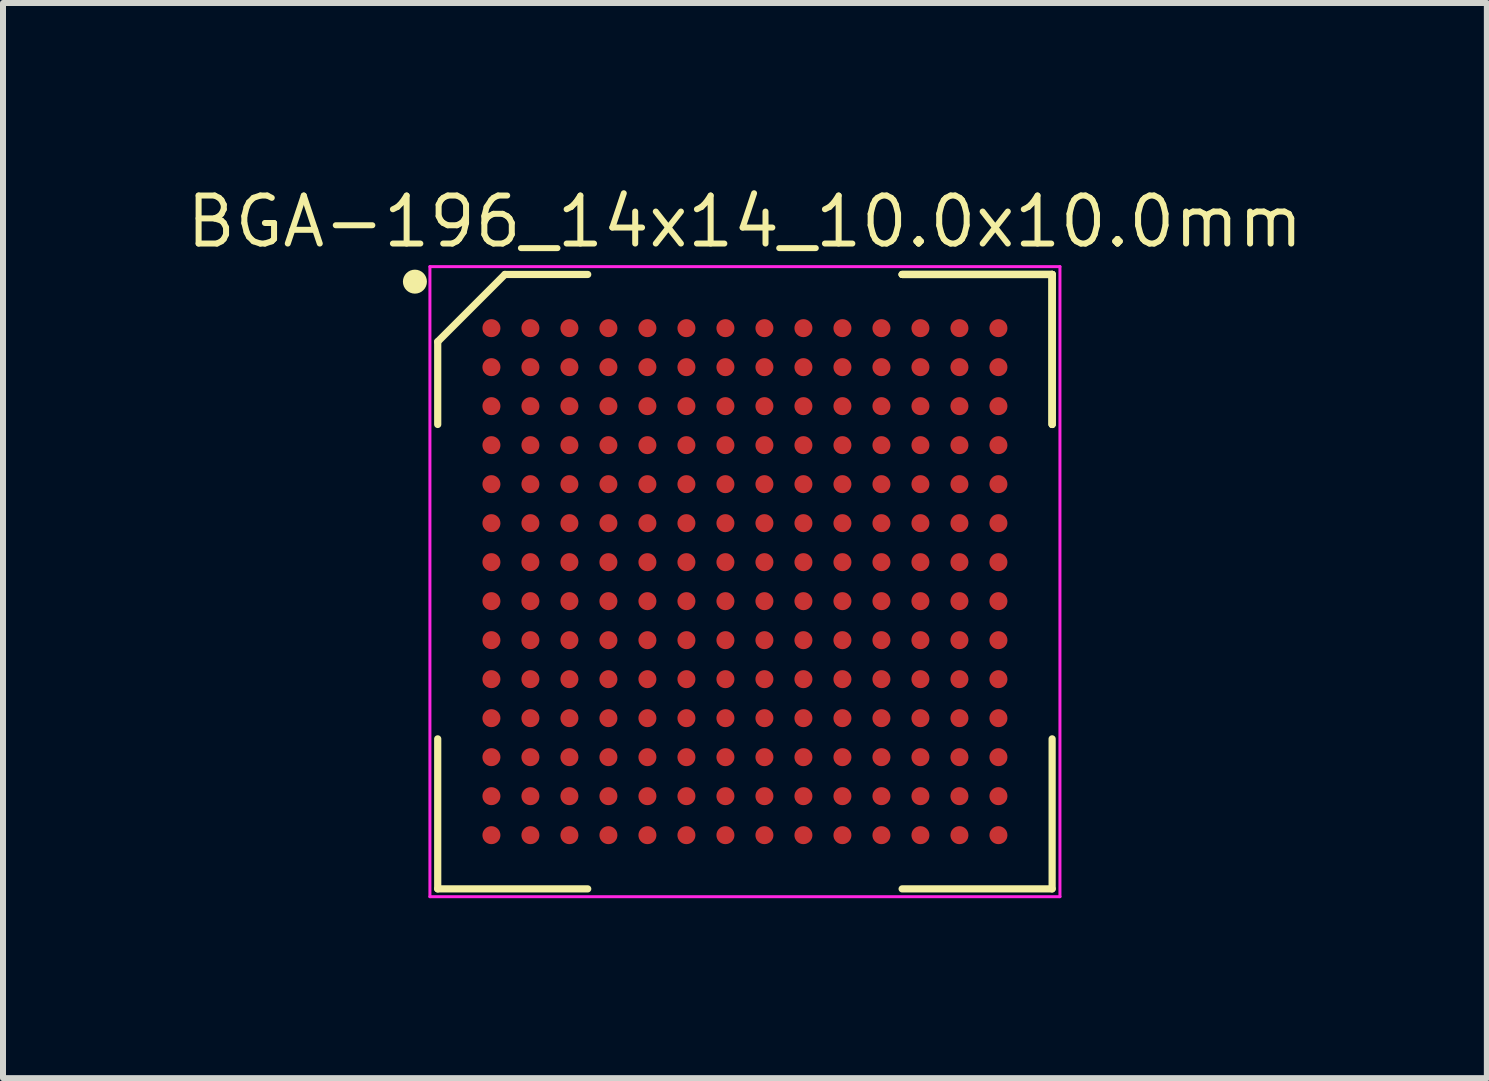
<source format=kicad_pcb>
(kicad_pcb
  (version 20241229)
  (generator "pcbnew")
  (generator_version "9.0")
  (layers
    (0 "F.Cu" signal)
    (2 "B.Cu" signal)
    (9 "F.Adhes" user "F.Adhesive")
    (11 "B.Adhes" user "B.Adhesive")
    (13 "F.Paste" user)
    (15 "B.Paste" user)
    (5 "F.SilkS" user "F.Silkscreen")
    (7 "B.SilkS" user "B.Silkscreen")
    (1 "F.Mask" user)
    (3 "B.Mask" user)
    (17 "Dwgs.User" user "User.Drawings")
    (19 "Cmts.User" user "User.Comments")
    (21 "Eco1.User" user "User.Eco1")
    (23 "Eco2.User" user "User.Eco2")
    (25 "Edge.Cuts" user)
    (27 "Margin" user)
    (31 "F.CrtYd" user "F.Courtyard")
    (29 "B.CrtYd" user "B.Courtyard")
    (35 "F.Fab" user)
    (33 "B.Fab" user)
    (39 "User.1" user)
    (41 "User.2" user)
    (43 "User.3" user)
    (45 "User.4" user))
  (footprint "BGA-196_14x14_10.0x10.0mm"
    (layer "F.Cu")
    (at 9.365 6.644)
    (property "Reference" "BGA-196_14x14_10.0x10.0mm" (at 0 -6 0) (unlocked yes) (layer "F.SilkS") (effects (font (size 0.8 0.8) (thickness 0.1))))
    (attr through_hole)
    (fp_line (start -5.12 -4) (end -5.12 -2.62) (stroke (width 0.12) (type solid)) (layer "F.SilkS"))
    (fp_line (start -5.12 5.12) (end -5.12 2.62) (stroke (width 0.12) (type solid)) (layer "F.SilkS"))
    (fp_line (start -4 -5.12) (end -5.12 -4) (stroke (width 0.12) (type solid)) (layer "F.SilkS"))
    (fp_line (start -2.62 -5.12) (end -4 -5.12) (stroke (width 0.12) (type solid)) (layer "F.SilkS"))
    (fp_line (start -2.62 5.12) (end -5.12 5.12) (stroke (width 0.12) (type solid)) (layer "F.SilkS"))
    (fp_line (start 2.62 -5.12) (end 5.12 -5.12) (stroke (width 0.12) (type solid)) (layer "F.SilkS"))
    (fp_line (start 2.62 -5.12) (end 5.12 -5.12) (stroke (width 0.12) (type solid)) (layer "F.SilkS"))
    (fp_line (start 2.62 -5.12) (end 5.12 -5.12) (stroke (width 0.12) (type solid)) (layer "F.SilkS"))
    (fp_line (start 2.62 5.12) (end 5.12 5.12) (stroke (width 0.12) (type solid)) (layer "F.SilkS"))
    (fp_line (start 5.12 -5.12) (end 5.12 -2.62) (stroke (width 0.12) (type solid)) (layer "F.SilkS"))
    (fp_line (start 5.12 -5.12) (end 5.12 -2.62) (stroke (width 0.12) (type solid)) (layer "F.SilkS"))
    (fp_line (start 5.12 -5.12) (end 5.12 -2.62) (stroke (width 0.12) (type solid)) (layer "F.SilkS"))
    (fp_line (start 5.12 5.12) (end 5.12 2.62) (stroke (width 0.12) (type solid)) (layer "F.SilkS"))
    (fp_circle (center -5.5 -5) (end -5.5 -4.9) (stroke (width 0.2) (type solid)) (fill no) (layer "F.SilkS"))
    (fp_line (start -5.25 -5.25) (end 5.25 -5.25) (stroke (width 0.05) (type solid)) (layer "F.CrtYd"))
    (fp_line (start -5.25 5.25) (end -5.25 -5.25) (stroke (width 0.05) (type solid)) (layer "F.CrtYd"))
    (fp_line (start 5.25 -5.25) (end 5.25 5.25) (stroke (width 0.05) (type solid)) (layer "F.CrtYd"))
    (fp_line (start 5.25 5.25) (end -5.25 5.25) (stroke (width 0.05) (type solid)) (layer "F.CrtYd"))
    (pad "A1" smd circle (at -4.225 -4.225) (size 0.3 0.3) (layers "F.Cu" "F.Mask" "F.Paste"))
    (pad "A2" smd circle (at -3.575 -4.225) (size 0.3 0.3) (layers "F.Cu" "F.Mask" "F.Paste"))
    (pad "A3" smd circle (at -2.925 -4.225) (size 0.3 0.3) (layers "F.Cu" "F.Mask" "F.Paste"))
    (pad "A4" smd circle (at -2.275 -4.225) (size 0.3 0.3) (layers "F.Cu" "F.Mask" "F.Paste"))
    (pad "A5" smd circle (at -1.625 -4.225) (size 0.3 0.3) (layers "F.Cu" "F.Mask" "F.Paste"))
    (pad "A6" smd circle (at -0.975 -4.225) (size 0.3 0.3) (layers "F.Cu" "F.Mask" "F.Paste"))
    (pad "A7" smd circle (at -0.325 -4.225) (size 0.3 0.3) (layers "F.Cu" "F.Mask" "F.Paste"))
    (pad "A8" smd circle (at 0.325 -4.225) (size 0.3 0.3) (layers "F.Cu" "F.Mask" "F.Paste"))
    (pad "A9" smd circle (at 0.975 -4.225) (size 0.3 0.3) (layers "F.Cu" "F.Mask" "F.Paste"))
    (pad "A10" smd circle (at 1.625 -4.225) (size 0.3 0.3) (layers "F.Cu" "F.Mask" "F.Paste"))
    (pad "A11" smd circle (at 2.275 -4.225) (size 0.3 0.3) (layers "F.Cu" "F.Mask" "F.Paste"))
    (pad "A12" smd circle (at 2.925 -4.225) (size 0.3 0.3) (layers "F.Cu" "F.Mask" "F.Paste"))
    (pad "A13" smd circle (at 3.575 -4.225) (size 0.3 0.3) (layers "F.Cu" "F.Mask" "F.Paste"))
    (pad "A14" smd circle (at 4.225 -4.225) (size 0.3 0.3) (layers "F.Cu" "F.Mask" "F.Paste"))
    (pad "B1" smd circle (at -4.225 -3.575) (size 0.3 0.3) (layers "F.Cu" "F.Mask" "F.Paste"))
    (pad "B2" smd circle (at -3.575 -3.575) (size 0.3 0.3) (layers "F.Cu" "F.Mask" "F.Paste"))
    (pad "B3" smd circle (at -2.925 -3.575) (size 0.3 0.3) (layers "F.Cu" "F.Mask" "F.Paste"))
    (pad "B4" smd circle (at -2.275 -3.575) (size 0.3 0.3) (layers "F.Cu" "F.Mask" "F.Paste"))
    (pad "B5" smd circle (at -1.625 -3.575) (size 0.3 0.3) (layers "F.Cu" "F.Mask" "F.Paste"))
    (pad "B6" smd circle (at -0.975 -3.575) (size 0.3 0.3) (layers "F.Cu" "F.Mask" "F.Paste"))
    (pad "B7" smd circle (at -0.325 -3.575) (size 0.3 0.3) (layers "F.Cu" "F.Mask" "F.Paste"))
    (pad "B8" smd circle (at 0.325 -3.575) (size 0.3 0.3) (layers "F.Cu" "F.Mask" "F.Paste"))
    (pad "B9" smd circle (at 0.975 -3.575) (size 0.3 0.3) (layers "F.Cu" "F.Mask" "F.Paste"))
    (pad "B10" smd circle (at 1.625 -3.575) (size 0.3 0.3) (layers "F.Cu" "F.Mask" "F.Paste"))
    (pad "B11" smd circle (at 2.275 -3.575) (size 0.3 0.3) (layers "F.Cu" "F.Mask" "F.Paste"))
    (pad "B12" smd circle (at 2.925 -3.575) (size 0.3 0.3) (layers "F.Cu" "F.Mask" "F.Paste"))
    (pad "B13" smd circle (at 3.575 -3.575) (size 0.3 0.3) (layers "F.Cu" "F.Mask" "F.Paste"))
    (pad "B14" smd circle (at 4.225 -3.575) (size 0.3 0.3) (layers "F.Cu" "F.Mask" "F.Paste"))
    (pad "C1" smd circle (at -4.225 -2.925) (size 0.3 0.3) (layers "F.Cu" "F.Mask" "F.Paste"))
    (pad "C2" smd circle (at -3.575 -2.925) (size 0.3 0.3) (layers "F.Cu" "F.Mask" "F.Paste"))
    (pad "C3" smd circle (at -2.925 -2.925) (size 0.3 0.3) (layers "F.Cu" "F.Mask" "F.Paste"))
    (pad "C4" smd circle (at -2.275 -2.925) (size 0.3 0.3) (layers "F.Cu" "F.Mask" "F.Paste"))
    (pad "C5" smd circle (at -1.625 -2.925) (size 0.3 0.3) (layers "F.Cu" "F.Mask" "F.Paste"))
    (pad "C6" smd circle (at -0.975 -2.925) (size 0.3 0.3) (layers "F.Cu" "F.Mask" "F.Paste"))
    (pad "C7" smd circle (at -0.325 -2.925) (size 0.3 0.3) (layers "F.Cu" "F.Mask" "F.Paste"))
    (pad "C8" smd circle (at 0.325 -2.925) (size 0.3 0.3) (layers "F.Cu" "F.Mask" "F.Paste"))
    (pad "C9" smd circle (at 0.975 -2.925) (size 0.3 0.3) (layers "F.Cu" "F.Mask" "F.Paste"))
    (pad "C10" smd circle (at 1.625 -2.925) (size 0.3 0.3) (layers "F.Cu" "F.Mask" "F.Paste"))
    (pad "C11" smd circle (at 2.275 -2.925) (size 0.3 0.3) (layers "F.Cu" "F.Mask" "F.Paste"))
    (pad "C12" smd circle (at 2.925 -2.925) (size 0.3 0.3) (layers "F.Cu" "F.Mask" "F.Paste"))
    (pad "C13" smd circle (at 3.575 -2.925) (size 0.3 0.3) (layers "F.Cu" "F.Mask" "F.Paste"))
    (pad "C14" smd circle (at 4.225 -2.925) (size 0.3 0.3) (layers "F.Cu" "F.Mask" "F.Paste"))
    (pad "D1" smd circle (at -4.225 -2.275) (size 0.3 0.3) (layers "F.Cu" "F.Mask" "F.Paste"))
    (pad "D2" smd circle (at -3.575 -2.275) (size 0.3 0.3) (layers "F.Cu" "F.Mask" "F.Paste"))
    (pad "D3" smd circle (at -2.925 -2.275) (size 0.3 0.3) (layers "F.Cu" "F.Mask" "F.Paste"))
    (pad "D4" smd circle (at -2.275 -2.275) (size 0.3 0.3) (layers "F.Cu" "F.Mask" "F.Paste"))
    (pad "D5" smd circle (at -1.625 -2.275) (size 0.3 0.3) (layers "F.Cu" "F.Mask" "F.Paste"))
    (pad "D6" smd circle (at -0.975 -2.275) (size 0.3 0.3) (layers "F.Cu" "F.Mask" "F.Paste"))
    (pad "D7" smd circle (at -0.325 -2.275) (size 0.3 0.3) (layers "F.Cu" "F.Mask" "F.Paste"))
    (pad "D8" smd circle (at 0.325 -2.275) (size 0.3 0.3) (layers "F.Cu" "F.Mask" "F.Paste"))
    (pad "D9" smd circle (at 0.975 -2.275) (size 0.3 0.3) (layers "F.Cu" "F.Mask" "F.Paste"))
    (pad "D10" smd circle (at 1.625 -2.275) (size 0.3 0.3) (layers "F.Cu" "F.Mask" "F.Paste"))
    (pad "D11" smd circle (at 2.275 -2.275) (size 0.3 0.3) (layers "F.Cu" "F.Mask" "F.Paste"))
    (pad "D12" smd circle (at 2.925 -2.275) (size 0.3 0.3) (layers "F.Cu" "F.Mask" "F.Paste"))
    (pad "D13" smd circle (at 3.575 -2.275) (size 0.3 0.3) (layers "F.Cu" "F.Mask" "F.Paste"))
    (pad "D14" smd circle (at 4.225 -2.275) (size 0.3 0.3) (layers "F.Cu" "F.Mask" "F.Paste"))
    (pad "E1" smd circle (at -4.225 -1.625) (size 0.3 0.3) (layers "F.Cu" "F.Mask" "F.Paste"))
    (pad "E2" smd circle (at -3.575 -1.625) (size 0.3 0.3) (layers "F.Cu" "F.Mask" "F.Paste"))
    (pad "E3" smd circle (at -2.925 -1.625) (size 0.3 0.3) (layers "F.Cu" "F.Mask" "F.Paste"))
    (pad "E4" smd circle (at -2.275 -1.625) (size 0.3 0.3) (layers "F.Cu" "F.Mask" "F.Paste"))
    (pad "E5" smd circle (at -1.625 -1.625) (size 0.3 0.3) (layers "F.Cu" "F.Mask" "F.Paste"))
    (pad "E6" smd circle (at -0.975 -1.625) (size 0.3 0.3) (layers "F.Cu" "F.Mask" "F.Paste"))
    (pad "E7" smd circle (at -0.325 -1.625) (size 0.3 0.3) (layers "F.Cu" "F.Mask" "F.Paste"))
    (pad "E8" smd circle (at 0.325 -1.625) (size 0.3 0.3) (layers "F.Cu" "F.Mask" "F.Paste"))
    (pad "E9" smd circle (at 0.975 -1.625) (size 0.3 0.3) (layers "F.Cu" "F.Mask" "F.Paste"))
    (pad "E10" smd circle (at 1.625 -1.625) (size 0.3 0.3) (layers "F.Cu" "F.Mask" "F.Paste"))
    (pad "E11" smd circle (at 2.275 -1.625) (size 0.3 0.3) (layers "F.Cu" "F.Mask" "F.Paste"))
    (pad "E12" smd circle (at 2.925 -1.625) (size 0.3 0.3) (layers "F.Cu" "F.Mask" "F.Paste"))
    (pad "E13" smd circle (at 3.575 -1.625) (size 0.3 0.3) (layers "F.Cu" "F.Mask" "F.Paste"))
    (pad "E14" smd circle (at 4.225 -1.625) (size 0.3 0.3) (layers "F.Cu" "F.Mask" "F.Paste"))
    (pad "F1" smd circle (at -4.225 -0.975) (size 0.3 0.3) (layers "F.Cu" "F.Mask" "F.Paste"))
    (pad "F2" smd circle (at -3.575 -0.975) (size 0.3 0.3) (layers "F.Cu" "F.Mask" "F.Paste"))
    (pad "F3" smd circle (at -2.925 -0.975) (size 0.3 0.3) (layers "F.Cu" "F.Mask" "F.Paste"))
    (pad "F4" smd circle (at -2.275 -0.975) (size 0.3 0.3) (layers "F.Cu" "F.Mask" "F.Paste"))
    (pad "F5" smd circle (at -1.625 -0.975) (size 0.3 0.3) (layers "F.Cu" "F.Mask" "F.Paste"))
    (pad "F6" smd circle (at -0.975 -0.975) (size 0.3 0.3) (layers "F.Cu" "F.Mask" "F.Paste"))
    (pad "F7" smd circle (at -0.325 -0.975) (size 0.3 0.3) (layers "F.Cu" "F.Mask" "F.Paste"))
    (pad "F8" smd circle (at 0.325 -0.975) (size 0.3 0.3) (layers "F.Cu" "F.Mask" "F.Paste"))
    (pad "F9" smd circle (at 0.975 -0.975) (size 0.3 0.3) (layers "F.Cu" "F.Mask" "F.Paste"))
    (pad "F10" smd circle (at 1.625 -0.975) (size 0.3 0.3) (layers "F.Cu" "F.Mask" "F.Paste"))
    (pad "F11" smd circle (at 2.275 -0.975) (size 0.3 0.3) (layers "F.Cu" "F.Mask" "F.Paste"))
    (pad "F12" smd circle (at 2.925 -0.975) (size 0.3 0.3) (layers "F.Cu" "F.Mask" "F.Paste"))
    (pad "F13" smd circle (at 3.575 -0.975) (size 0.3 0.3) (layers "F.Cu" "F.Mask" "F.Paste"))
    (pad "F14" smd circle (at 4.225 -0.975) (size 0.3 0.3) (layers "F.Cu" "F.Mask" "F.Paste"))
    (pad "G1" smd circle (at -4.225 -0.325) (size 0.3 0.3) (layers "F.Cu" "F.Mask" "F.Paste"))
    (pad "G2" smd circle (at -3.575 -0.325) (size 0.3 0.3) (layers "F.Cu" "F.Mask" "F.Paste"))
    (pad "G3" smd circle (at -2.925 -0.325) (size 0.3 0.3) (layers "F.Cu" "F.Mask" "F.Paste"))
    (pad "G4" smd circle (at -2.275 -0.325) (size 0.3 0.3) (layers "F.Cu" "F.Mask" "F.Paste"))
    (pad "G5" smd circle (at -1.625 -0.325) (size 0.3 0.3) (layers "F.Cu" "F.Mask" "F.Paste"))
    (pad "G6" smd circle (at -0.975 -0.325) (size 0.3 0.3) (layers "F.Cu" "F.Mask" "F.Paste"))
    (pad "G7" smd circle (at -0.325 -0.325) (size 0.3 0.3) (layers "F.Cu" "F.Mask" "F.Paste"))
    (pad "G8" smd circle (at 0.325 -0.325) (size 0.3 0.3) (layers "F.Cu" "F.Mask" "F.Paste"))
    (pad "G9" smd circle (at 0.975 -0.325) (size 0.3 0.3) (layers "F.Cu" "F.Mask" "F.Paste"))
    (pad "G10" smd circle (at 1.625 -0.325) (size 0.3 0.3) (layers "F.Cu" "F.Mask" "F.Paste"))
    (pad "G11" smd circle (at 2.275 -0.325) (size 0.3 0.3) (layers "F.Cu" "F.Mask" "F.Paste"))
    (pad "G12" smd circle (at 2.925 -0.325) (size 0.3 0.3) (layers "F.Cu" "F.Mask" "F.Paste"))
    (pad "G13" smd circle (at 3.575 -0.325) (size 0.3 0.3) (layers "F.Cu" "F.Mask" "F.Paste"))
    (pad "G14" smd circle (at 4.225 -0.325) (size 0.3 0.3) (layers "F.Cu" "F.Mask" "F.Paste"))
    (pad "H1" smd circle (at -4.225 0.325) (size 0.3 0.3) (layers "F.Cu" "F.Mask" "F.Paste"))
    (pad "H2" smd circle (at -3.575 0.325) (size 0.3 0.3) (layers "F.Cu" "F.Mask" "F.Paste"))
    (pad "H3" smd circle (at -2.925 0.325) (size 0.3 0.3) (layers "F.Cu" "F.Mask" "F.Paste"))
    (pad "H4" smd circle (at -2.275 0.325) (size 0.3 0.3) (layers "F.Cu" "F.Mask" "F.Paste"))
    (pad "H5" smd circle (at -1.625 0.325) (size 0.3 0.3) (layers "F.Cu" "F.Mask" "F.Paste"))
    (pad "H6" smd circle (at -0.975 0.325) (size 0.3 0.3) (layers "F.Cu" "F.Mask" "F.Paste"))
    (pad "H7" smd circle (at -0.325 0.325) (size 0.3 0.3) (layers "F.Cu" "F.Mask" "F.Paste"))
    (pad "H8" smd circle (at 0.325 0.325) (size 0.3 0.3) (layers "F.Cu" "F.Mask" "F.Paste"))
    (pad "H9" smd circle (at 0.975 0.325) (size 0.3 0.3) (layers "F.Cu" "F.Mask" "F.Paste"))
    (pad "H10" smd circle (at 1.625 0.325) (size 0.3 0.3) (layers "F.Cu" "F.Mask" "F.Paste"))
    (pad "H11" smd circle (at 2.275 0.325) (size 0.3 0.3) (layers "F.Cu" "F.Mask" "F.Paste"))
    (pad "H12" smd circle (at 2.925 0.325) (size 0.3 0.3) (layers "F.Cu" "F.Mask" "F.Paste"))
    (pad "H13" smd circle (at 3.575 0.325) (size 0.3 0.3) (layers "F.Cu" "F.Mask" "F.Paste"))
    (pad "H14" smd circle (at 4.225 0.325) (size 0.3 0.3) (layers "F.Cu" "F.Mask" "F.Paste"))
    (pad "J1" smd circle (at -4.225 0.975) (size 0.3 0.3) (layers "F.Cu" "F.Mask" "F.Paste"))
    (pad "J2" smd circle (at -3.575 0.975) (size 0.3 0.3) (layers "F.Cu" "F.Mask" "F.Paste"))
    (pad "J3" smd circle (at -2.925 0.975) (size 0.3 0.3) (layers "F.Cu" "F.Mask" "F.Paste"))
    (pad "J4" smd circle (at -2.275 0.975) (size 0.3 0.3) (layers "F.Cu" "F.Mask" "F.Paste"))
    (pad "J5" smd circle (at -1.625 0.975) (size 0.3 0.3) (layers "F.Cu" "F.Mask" "F.Paste"))
    (pad "J6" smd circle (at -0.975 0.975) (size 0.3 0.3) (layers "F.Cu" "F.Mask" "F.Paste"))
    (pad "J7" smd circle (at -0.325 0.975) (size 0.3 0.3) (layers "F.Cu" "F.Mask" "F.Paste"))
    (pad "J8" smd circle (at 0.325 0.975) (size 0.3 0.3) (layers "F.Cu" "F.Mask" "F.Paste"))
    (pad "J9" smd circle (at 0.975 0.975) (size 0.3 0.3) (layers "F.Cu" "F.Mask" "F.Paste"))
    (pad "J10" smd circle (at 1.625 0.975) (size 0.3 0.3) (layers "F.Cu" "F.Mask" "F.Paste"))
    (pad "J11" smd circle (at 2.275 0.975) (size 0.3 0.3) (layers "F.Cu" "F.Mask" "F.Paste"))
    (pad "J12" smd circle (at 2.925 0.975) (size 0.3 0.3) (layers "F.Cu" "F.Mask" "F.Paste"))
    (pad "J13" smd circle (at 3.575 0.975) (size 0.3 0.3) (layers "F.Cu" "F.Mask" "F.Paste"))
    (pad "J14" smd circle (at 4.225 0.975) (size 0.3 0.3) (layers "F.Cu" "F.Mask" "F.Paste"))
    (pad "K1" smd circle (at -4.225 1.625) (size 0.3 0.3) (layers "F.Cu" "F.Mask" "F.Paste"))
    (pad "K2" smd circle (at -3.575 1.625) (size 0.3 0.3) (layers "F.Cu" "F.Mask" "F.Paste"))
    (pad "K3" smd circle (at -2.925 1.625) (size 0.3 0.3) (layers "F.Cu" "F.Mask" "F.Paste"))
    (pad "K4" smd circle (at -2.275 1.625) (size 0.3 0.3) (layers "F.Cu" "F.Mask" "F.Paste"))
    (pad "K5" smd circle (at -1.625 1.625) (size 0.3 0.3) (layers "F.Cu" "F.Mask" "F.Paste"))
    (pad "K6" smd circle (at -0.975 1.625) (size 0.3 0.3) (layers "F.Cu" "F.Mask" "F.Paste"))
    (pad "K7" smd circle (at -0.325 1.625) (size 0.3 0.3) (layers "F.Cu" "F.Mask" "F.Paste"))
    (pad "K8" smd circle (at 0.325 1.625) (size 0.3 0.3) (layers "F.Cu" "F.Mask" "F.Paste"))
    (pad "K9" smd circle (at 0.975 1.625) (size 0.3 0.3) (layers "F.Cu" "F.Mask" "F.Paste"))
    (pad "K10" smd circle (at 1.625 1.625) (size 0.3 0.3) (layers "F.Cu" "F.Mask" "F.Paste"))
    (pad "K11" smd circle (at 2.275 1.625) (size 0.3 0.3) (layers "F.Cu" "F.Mask" "F.Paste"))
    (pad "K12" smd circle (at 2.925 1.625) (size 0.3 0.3) (layers "F.Cu" "F.Mask" "F.Paste"))
    (pad "K13" smd circle (at 3.575 1.625) (size 0.3 0.3) (layers "F.Cu" "F.Mask" "F.Paste"))
    (pad "K14" smd circle (at 4.225 1.625) (size 0.3 0.3) (layers "F.Cu" "F.Mask" "F.Paste"))
    (pad "L1" smd circle (at -4.225 2.275) (size 0.3 0.3) (layers "F.Cu" "F.Mask" "F.Paste"))
    (pad "L2" smd circle (at -3.575 2.275) (size 0.3 0.3) (layers "F.Cu" "F.Mask" "F.Paste"))
    (pad "L3" smd circle (at -2.925 2.275) (size 0.3 0.3) (layers "F.Cu" "F.Mask" "F.Paste"))
    (pad "L4" smd circle (at -2.275 2.275) (size 0.3 0.3) (layers "F.Cu" "F.Mask" "F.Paste"))
    (pad "L5" smd circle (at -1.625 2.275) (size 0.3 0.3) (layers "F.Cu" "F.Mask" "F.Paste"))
    (pad "L6" smd circle (at -0.975 2.275) (size 0.3 0.3) (layers "F.Cu" "F.Mask" "F.Paste"))
    (pad "L7" smd circle (at -0.325 2.275) (size 0.3 0.3) (layers "F.Cu" "F.Mask" "F.Paste"))
    (pad "L8" smd circle (at 0.325 2.275) (size 0.3 0.3) (layers "F.Cu" "F.Mask" "F.Paste"))
    (pad "L9" smd circle (at 0.975 2.275) (size 0.3 0.3) (layers "F.Cu" "F.Mask" "F.Paste"))
    (pad "L10" smd circle (at 1.625 2.275) (size 0.3 0.3) (layers "F.Cu" "F.Mask" "F.Paste"))
    (pad "L11" smd circle (at 2.275 2.275) (size 0.3 0.3) (layers "F.Cu" "F.Mask" "F.Paste"))
    (pad "L12" smd circle (at 2.925 2.275) (size 0.3 0.3) (layers "F.Cu" "F.Mask" "F.Paste"))
    (pad "L13" smd circle (at 3.575 2.275) (size 0.3 0.3) (layers "F.Cu" "F.Mask" "F.Paste"))
    (pad "L14" smd circle (at 4.225 2.275) (size 0.3 0.3) (layers "F.Cu" "F.Mask" "F.Paste"))
    (pad "M1" smd circle (at -4.225 2.925) (size 0.3 0.3) (layers "F.Cu" "F.Mask" "F.Paste"))
    (pad "M2" smd circle (at -3.575 2.925) (size 0.3 0.3) (layers "F.Cu" "F.Mask" "F.Paste"))
    (pad "M3" smd circle (at -2.925 2.925) (size 0.3 0.3) (layers "F.Cu" "F.Mask" "F.Paste"))
    (pad "M4" smd circle (at -2.275 2.925) (size 0.3 0.3) (layers "F.Cu" "F.Mask" "F.Paste"))
    (pad "M5" smd circle (at -1.625 2.925) (size 0.3 0.3) (layers "F.Cu" "F.Mask" "F.Paste"))
    (pad "M6" smd circle (at -0.975 2.925) (size 0.3 0.3) (layers "F.Cu" "F.Mask" "F.Paste"))
    (pad "M7" smd circle (at -0.325 2.925) (size 0.3 0.3) (layers "F.Cu" "F.Mask" "F.Paste"))
    (pad "M8" smd circle (at 0.325 2.925) (size 0.3 0.3) (layers "F.Cu" "F.Mask" "F.Paste"))
    (pad "M9" smd circle (at 0.975 2.925) (size 0.3 0.3) (layers "F.Cu" "F.Mask" "F.Paste"))
    (pad "M10" smd circle (at 1.625 2.925) (size 0.3 0.3) (layers "F.Cu" "F.Mask" "F.Paste"))
    (pad "M11" smd circle (at 2.275 2.925) (size 0.3 0.3) (layers "F.Cu" "F.Mask" "F.Paste"))
    (pad "M12" smd circle (at 2.925 2.925) (size 0.3 0.3) (layers "F.Cu" "F.Mask" "F.Paste"))
    (pad "M13" smd circle (at 3.575 2.925) (size 0.3 0.3) (layers "F.Cu" "F.Mask" "F.Paste"))
    (pad "M14" smd circle (at 4.225 2.925) (size 0.3 0.3) (layers "F.Cu" "F.Mask" "F.Paste"))
    (pad "N1" smd circle (at -4.225 3.575) (size 0.3 0.3) (layers "F.Cu" "F.Mask" "F.Paste"))
    (pad "N2" smd circle (at -3.575 3.575) (size 0.3 0.3) (layers "F.Cu" "F.Mask" "F.Paste"))
    (pad "N3" smd circle (at -2.925 3.575) (size 0.3 0.3) (layers "F.Cu" "F.Mask" "F.Paste"))
    (pad "N4" smd circle (at -2.275 3.575) (size 0.3 0.3) (layers "F.Cu" "F.Mask" "F.Paste"))
    (pad "N5" smd circle (at -1.625 3.575) (size 0.3 0.3) (layers "F.Cu" "F.Mask" "F.Paste"))
    (pad "N6" smd circle (at -0.975 3.575) (size 0.3 0.3) (layers "F.Cu" "F.Mask" "F.Paste"))
    (pad "N7" smd circle (at -0.325 3.575) (size 0.3 0.3) (layers "F.Cu" "F.Mask" "F.Paste"))
    (pad "N8" smd circle (at 0.325 3.575) (size 0.3 0.3) (layers "F.Cu" "F.Mask" "F.Paste"))
    (pad "N9" smd circle (at 0.975 3.575) (size 0.3 0.3) (layers "F.Cu" "F.Mask" "F.Paste"))
    (pad "N10" smd circle (at 1.625 3.575) (size 0.3 0.3) (layers "F.Cu" "F.Mask" "F.Paste"))
    (pad "N11" smd circle (at 2.275 3.575) (size 0.3 0.3) (layers "F.Cu" "F.Mask" "F.Paste"))
    (pad "N12" smd circle (at 2.925 3.575) (size 0.3 0.3) (layers "F.Cu" "F.Mask" "F.Paste"))
    (pad "N13" smd circle (at 3.575 3.575) (size 0.3 0.3) (layers "F.Cu" "F.Mask" "F.Paste"))
    (pad "N14" smd circle (at 4.225 3.575) (size 0.3 0.3) (layers "F.Cu" "F.Mask" "F.Paste"))
    (pad "P1" smd circle (at -4.225 4.225) (size 0.3 0.3) (layers "F.Cu" "F.Mask" "F.Paste"))
    (pad "P2" smd circle (at -3.575 4.225) (size 0.3 0.3) (layers "F.Cu" "F.Mask" "F.Paste"))
    (pad "P3" smd circle (at -2.925 4.225) (size 0.3 0.3) (layers "F.Cu" "F.Mask" "F.Paste"))
    (pad "P4" smd circle (at -2.275 4.225) (size 0.3 0.3) (layers "F.Cu" "F.Mask" "F.Paste"))
    (pad "P5" smd circle (at -1.625 4.225) (size 0.3 0.3) (layers "F.Cu" "F.Mask" "F.Paste"))
    (pad "P6" smd circle (at -0.975 4.225) (size 0.3 0.3) (layers "F.Cu" "F.Mask" "F.Paste"))
    (pad "P7" smd circle (at -0.325 4.225) (size 0.3 0.3) (layers "F.Cu" "F.Mask" "F.Paste"))
    (pad "P8" smd circle (at 0.325 4.225) (size 0.3 0.3) (layers "F.Cu" "F.Mask" "F.Paste"))
    (pad "P9" smd circle (at 0.975 4.225) (size 0.3 0.3) (layers "F.Cu" "F.Mask" "F.Paste"))
    (pad "P10" smd circle (at 1.625 4.225) (size 0.3 0.3) (layers "F.Cu" "F.Mask" "F.Paste"))
    (pad "P11" smd circle (at 2.275 4.225) (size 0.3 0.3) (layers "F.Cu" "F.Mask" "F.Paste"))
    (pad "P12" smd circle (at 2.925 4.225) (size 0.3 0.3) (layers "F.Cu" "F.Mask" "F.Paste"))
    (pad "P13" smd circle (at 3.575 4.225) (size 0.3 0.3) (layers "F.Cu" "F.Mask" "F.Paste"))
    (pad "P14" smd circle (at 4.225 4.225) (size 0.3 0.3) (layers "F.Cu" "F.Mask" "F.Paste")))
  (gr_rect
    (start -3 -3)
    (end 21.73 14.918)
    (stroke (width 0.1) (type default))
    (fill no)
    (layer "Edge.Cuts")))
</source>
